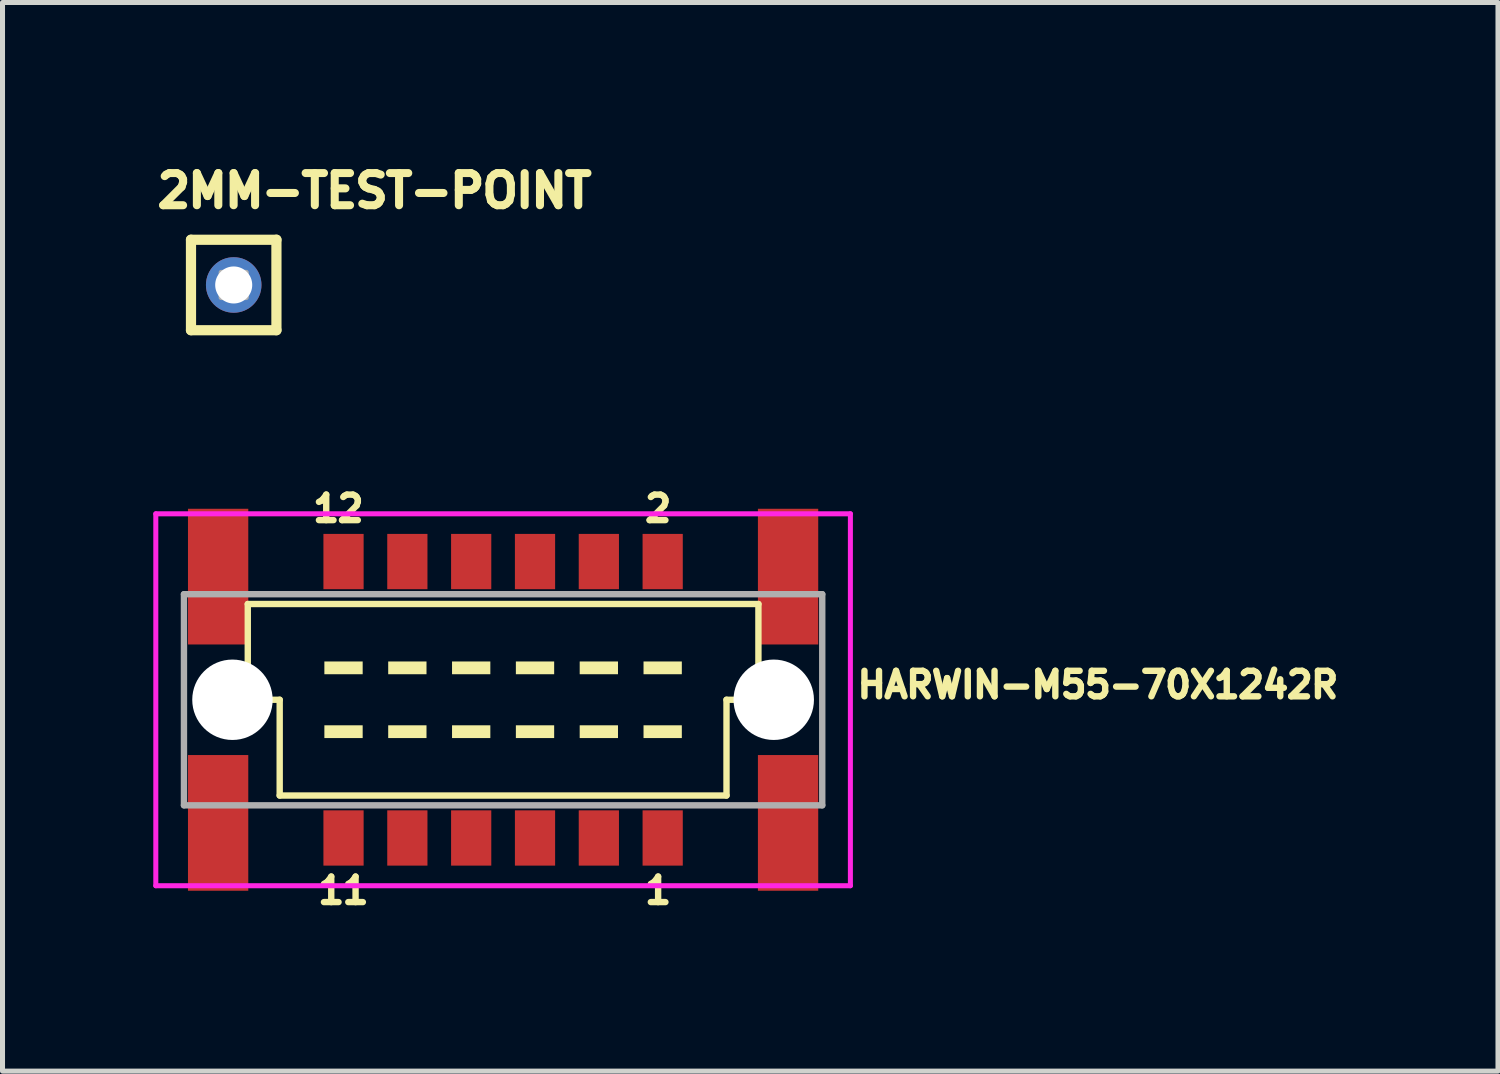
<source format=kicad_pcb>
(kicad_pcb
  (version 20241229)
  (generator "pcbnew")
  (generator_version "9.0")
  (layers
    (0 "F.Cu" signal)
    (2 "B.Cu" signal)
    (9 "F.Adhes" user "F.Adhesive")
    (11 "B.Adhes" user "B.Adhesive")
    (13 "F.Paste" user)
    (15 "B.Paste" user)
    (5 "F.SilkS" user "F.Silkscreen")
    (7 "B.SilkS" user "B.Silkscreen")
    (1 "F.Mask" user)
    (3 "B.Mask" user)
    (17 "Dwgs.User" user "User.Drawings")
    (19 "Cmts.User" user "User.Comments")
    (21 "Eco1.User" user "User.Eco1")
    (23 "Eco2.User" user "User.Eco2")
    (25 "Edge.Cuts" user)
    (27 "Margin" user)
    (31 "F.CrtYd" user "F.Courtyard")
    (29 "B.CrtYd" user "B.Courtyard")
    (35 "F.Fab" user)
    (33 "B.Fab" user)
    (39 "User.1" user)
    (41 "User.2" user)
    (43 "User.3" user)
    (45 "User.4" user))
  (footprint "HARWIN-M55-70X1242R"
    (layer "F.Cu")
    (at 6.96 10.873)
    (property "Reference" "HARWIN-M55-70X1242R" (at 6.985 0 0) (layer "F.SilkS") (effects (font (size 0.508 0.508) (thickness 0.127)) (justify left bottom)))
    (fp_line (start -5.08 -1.905) (end -5.08 0) (stroke (width 0.127) (type solid)) (layer "F.SilkS"))
    (fp_line (start -5.08 0) (end -4.445 0) (stroke (width 0.127) (type solid)) (layer "F.SilkS"))
    (fp_line (start -4.445 0) (end -4.445 1.905) (stroke (width 0.127) (type solid)) (layer "F.SilkS"))
    (fp_line (start -4.445 1.905) (end 4.445 1.905) (stroke (width 0.127) (type solid)) (layer "F.SilkS"))
    (fp_line (start 4.445 0) (end 5.08 0) (stroke (width 0.127) (type solid)) (layer "F.SilkS"))
    (fp_line (start 4.445 1.905) (end 4.445 0) (stroke (width 0.127) (type solid)) (layer "F.SilkS"))
    (fp_line (start 5.08 -1.905) (end -5.08 -1.905) (stroke (width 0.127) (type solid)) (layer "F.SilkS"))
    (fp_line (start 5.08 0) (end 5.08 -1.905) (stroke (width 0.127) (type solid)) (layer "F.SilkS"))
    (fp_poly (pts (xy -3.556 -0.508) (xy -2.794 -0.508) (xy -2.794 -0.762) (xy -3.556 -0.762)) (stroke (width 0) (type solid)) (fill yes) (layer "F.SilkS"))
    (fp_poly (pts (xy -3.556 0.762) (xy -2.794 0.762) (xy -2.794 0.508) (xy -3.556 0.508)) (stroke (width 0) (type solid)) (fill yes) (layer "F.SilkS"))
    (fp_poly (pts (xy -2.286 -0.508) (xy -1.524 -0.508) (xy -1.524 -0.762) (xy -2.286 -0.762)) (stroke (width 0) (type solid)) (fill yes) (layer "F.SilkS"))
    (fp_poly (pts (xy -2.286 0.762) (xy -1.524 0.762) (xy -1.524 0.508) (xy -2.286 0.508)) (stroke (width 0) (type solid)) (fill yes) (layer "F.SilkS"))
    (fp_poly (pts (xy -1.016 -0.508) (xy -0.254 -0.508) (xy -0.254 -0.762) (xy -1.016 -0.762)) (stroke (width 0) (type solid)) (fill yes) (layer "F.SilkS"))
    (fp_poly (pts (xy -1.016 0.762) (xy -0.254 0.762) (xy -0.254 0.508) (xy -1.016 0.508)) (stroke (width 0) (type solid)) (fill yes) (layer "F.SilkS"))
    (fp_poly (pts (xy 0.254 -0.508) (xy 1.016 -0.508) (xy 1.016 -0.762) (xy 0.254 -0.762)) (stroke (width 0) (type solid)) (fill yes) (layer "F.SilkS"))
    (fp_poly (pts (xy 0.254 0.762) (xy 1.016 0.762) (xy 1.016 0.508) (xy 0.254 0.508)) (stroke (width 0) (type solid)) (fill yes) (layer "F.SilkS"))
    (fp_poly (pts (xy 1.524 -0.508) (xy 2.286 -0.508) (xy 2.286 -0.762) (xy 1.524 -0.762)) (stroke (width 0) (type solid)) (fill yes) (layer "F.SilkS"))
    (fp_poly (pts (xy 1.524 0.762) (xy 2.286 0.762) (xy 2.286 0.508) (xy 1.524 0.508)) (stroke (width 0) (type solid)) (fill yes) (layer "F.SilkS"))
    (fp_poly (pts (xy 2.794 -0.508) (xy 3.556 -0.508) (xy 3.556 -0.762) (xy 2.794 -0.762)) (stroke (width 0) (type solid)) (fill yes) (layer "F.SilkS"))
    (fp_poly (pts (xy 2.794 0.762) (xy 3.556 0.762) (xy 3.556 0.508) (xy 2.794 0.508)) (stroke (width 0) (type solid)) (fill yes) (layer "F.SilkS"))
    (fp_line (start -6.91 -3.7) (end 6.91 -3.7) (stroke (width 0.1) (type solid)) (layer "F.CrtYd"))
    (fp_line (start -6.91 3.7) (end -6.91 -3.7) (stroke (width 0.1) (type solid)) (layer "F.CrtYd"))
    (fp_line (start 6.91 -3.7) (end 6.91 3.7) (stroke (width 0.1) (type solid)) (layer "F.CrtYd"))
    (fp_line (start 6.91 3.7) (end -6.91 3.7) (stroke (width 0.1) (type solid)) (layer "F.CrtYd"))
    (fp_line (start -6.35 2.1) (end -6.35 -2.1) (stroke (width 0.127) (type solid)) (layer "F.Fab"))
    (fp_line (start 6.35 -2.1) (end -6.35 -2.1) (stroke (width 0.127) (type solid)) (layer "F.Fab"))
    (fp_line (start 6.35 -2.1) (end 6.35 2.1) (stroke (width 0.127) (type solid)) (layer "F.Fab"))
    (fp_line (start 6.35 2.1) (end -6.35 2.1) (stroke (width 0.127) (type solid)) (layer "F.Fab"))
    (fp_text user "2" (at 3.41 -4.1 0) (layer "F.SilkS") (effects (font (size 0.508 0.508) (thickness 0.127)) (justify right top)))
    (fp_text user "11" (at -2.61 3.5 0) (layer "F.SilkS") (effects (font (size 0.508 0.508) (thickness 0.127)) (justify right top)))
    (fp_text user "12" (at -2.71 -4.1 0) (layer "F.SilkS") (effects (font (size 0.508 0.508) (thickness 0.127)) (justify right top)))
    (fp_text user "1" (at 3.41 3.5 0) (layer "F.SilkS") (effects (font (size 0.508 0.508) (thickness 0.127)) (justify right top)))
    (pad "" np_thru_hole circle (at -5.385 0) (size 1.6 1.6) (drill 1.6) (layers "*.Cu" "*.Mask"))
    (pad "" np_thru_hole circle (at 5.385 0) (size 1.6 1.6) (drill 1.6) (layers "*.Cu" "*.Mask"))
    (pad "1" smd rect (at 3.175 2.75 180) (size 0.8 1.1) (layers "F.Cu" "F.Mask" "F.Paste"))
    (pad "2" smd rect (at 3.175 -2.75 180) (size 0.8 1.1) (layers "F.Cu" "F.Mask" "F.Paste"))
    (pad "3" smd rect (at 1.905 2.75 180) (size 0.8 1.1) (layers "F.Cu" "F.Mask" "F.Paste"))
    (pad "4" smd rect (at 1.905 -2.75 180) (size 0.8 1.1) (layers "F.Cu" "F.Mask" "F.Paste"))
    (pad "5" smd rect (at 0.635 2.75 180) (size 0.8 1.1) (layers "F.Cu" "F.Mask" "F.Paste"))
    (pad "6" smd rect (at 0.635 -2.75 180) (size 0.8 1.1) (layers "F.Cu" "F.Mask" "F.Paste"))
    (pad "7" smd rect (at -0.635 2.75 180) (size 0.8 1.1) (layers "F.Cu" "F.Mask" "F.Paste"))
    (pad "8" smd rect (at -0.635 -2.75 180) (size 0.8 1.1) (layers "F.Cu" "F.Mask" "F.Paste"))
    (pad "9" smd rect (at -1.905 2.75 180) (size 0.8 1.1) (layers "F.Cu" "F.Mask" "F.Paste"))
    (pad "10" smd rect (at -1.905 -2.75 180) (size 0.8 1.1) (layers "F.Cu" "F.Mask" "F.Paste"))
    (pad "11" smd rect (at -3.175 2.75 180) (size 0.8 1.1) (layers "F.Cu" "F.Mask" "F.Paste"))
    (pad "12" smd rect (at -3.175 -2.75 180) (size 0.8 1.1) (layers "F.Cu" "F.Mask" "F.Paste"))
    (pad "P$1" smd rect (at -5.67 2.45 90) (size 2.7 1.2) (layers "F.Cu" "F.Mask" "F.Paste"))
    (pad "P$2" smd rect (at -5.67 -2.45 90) (size 2.7 1.2) (layers "F.Cu" "F.Mask" "F.Paste"))
    (pad "P$3" smd rect (at 5.67 -2.45 90) (size 2.7 1.2) (layers "F.Cu" "F.Mask" "F.Paste"))
    (pad "P$4" smd rect (at 5.67 2.45 90) (size 2.7 1.2) (layers "F.Cu" "F.Mask" "F.Paste")))
  (footprint "2MM-TEST-POINT"
    (layer "F.Cu")
    (at 1.6 2.62)
    (property "Reference" "2MM-TEST-POINT" (at -1.6 -1.5 0) (layer "F.SilkS") (effects (font (size 0.64 0.64) (thickness 0.16)) (justify left bottom)))
    (fp_line (start -0.85 -0.9) (end -0.85 0.9) (stroke (width 0.203) (type solid)) (layer "F.SilkS"))
    (fp_line (start -0.85 0.9) (end 0.85 0.9) (stroke (width 0.203) (type solid)) (layer "F.SilkS"))
    (fp_line (start 0.85 -0.9) (end -0.85 -0.9) (stroke (width 0.203) (type solid)) (layer "F.SilkS"))
    (fp_line (start 0.85 0.9) (end 0.85 -0.9) (stroke (width 0.203) (type solid)) (layer "F.SilkS"))
    (fp_poly (pts (xy -0.25 0.25) (xy 0.25 0.25) (xy 0.25 -0.25) (xy -0.25 -0.25)) (stroke (width 0.1) (type solid)) (fill no) (layer "F.Fab"))
    (pad "1" thru_hole circle (at 0 0) (size 1.105 1.105) (drill 0.737) (layers "*.Cu" "*.Mask")))
  (gr_rect
    (start -3 -3)
    (end 26.755 18.262)
    (stroke (width 0.1) (type default))
    (fill no)
    (layer "Edge.Cuts")))
</source>
